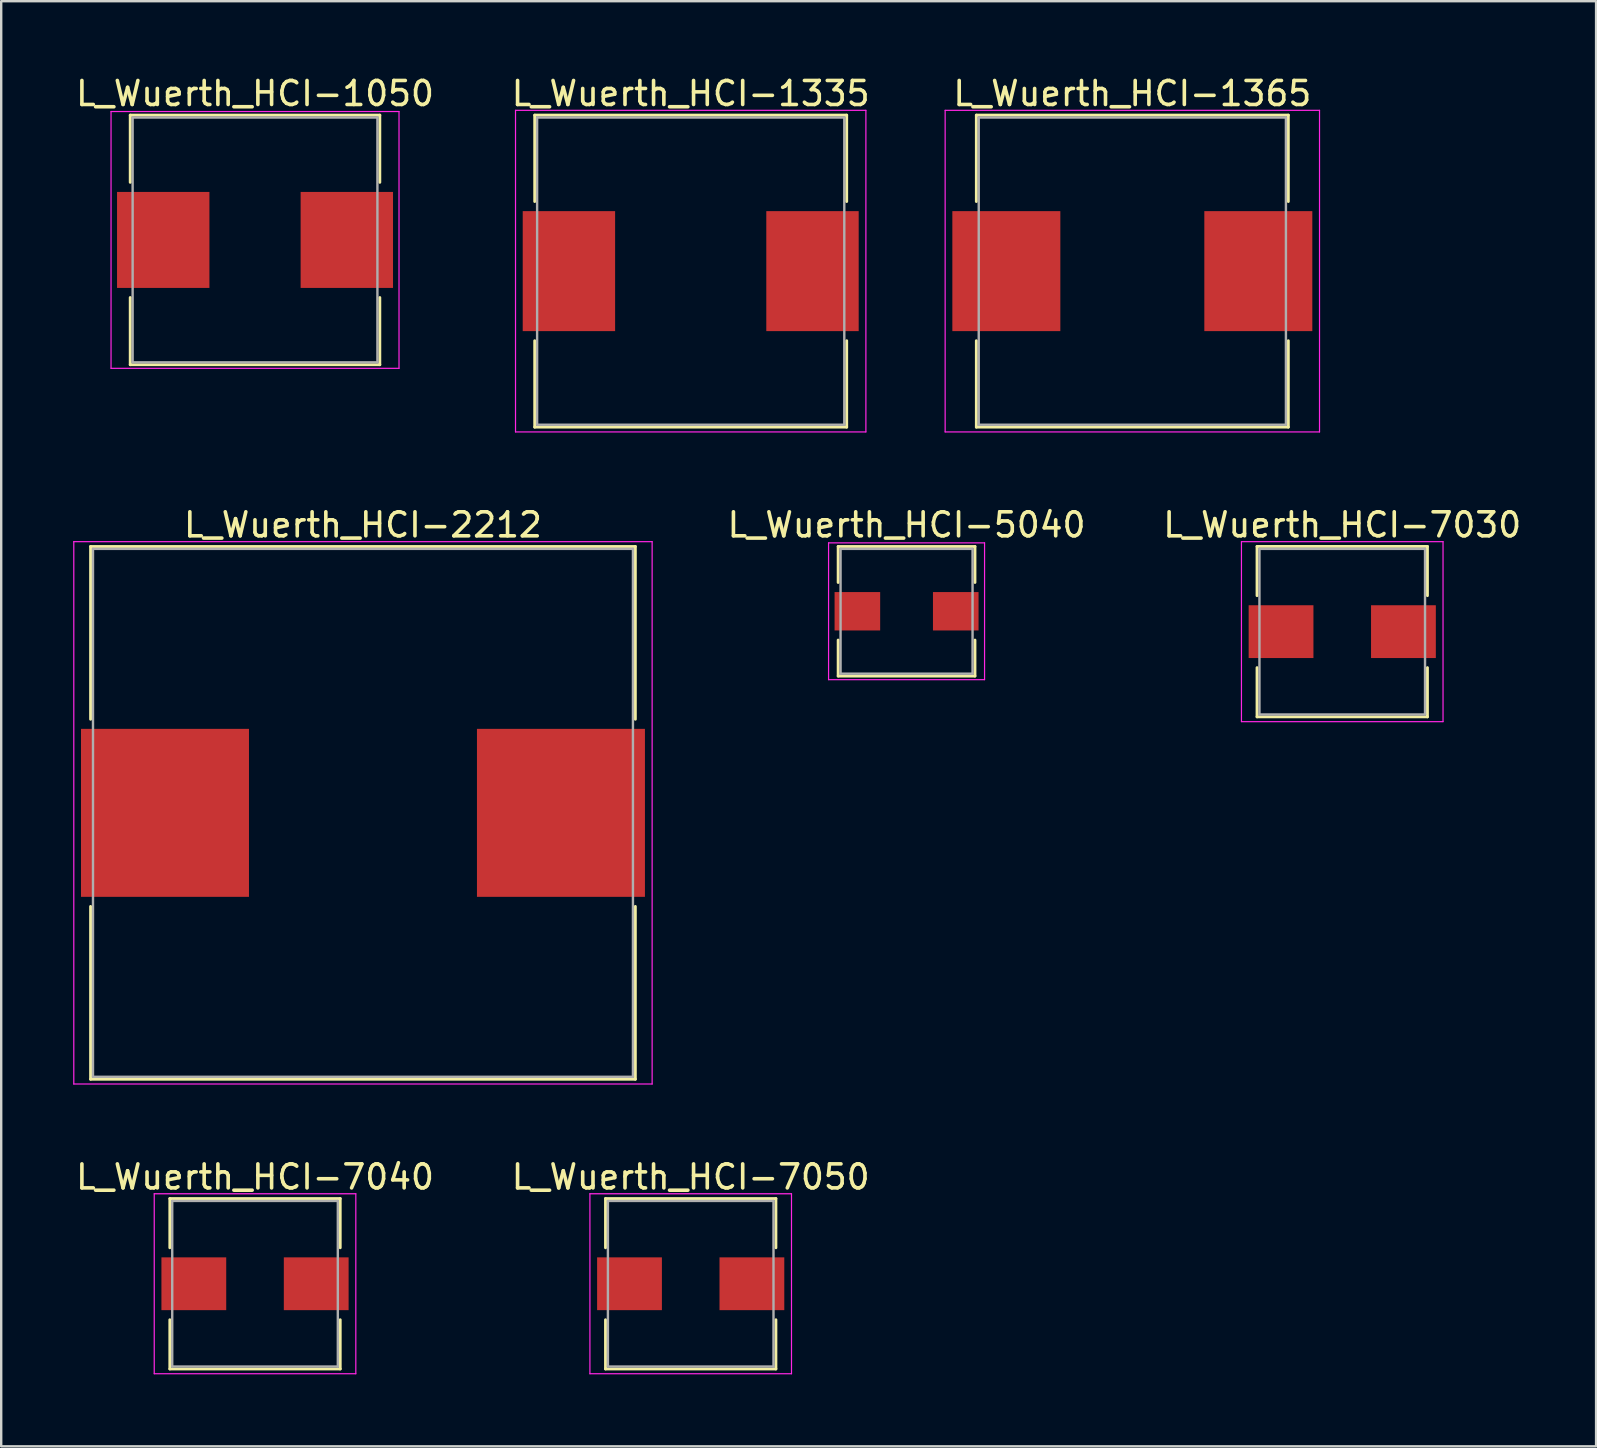
<source format=kicad_pcb>
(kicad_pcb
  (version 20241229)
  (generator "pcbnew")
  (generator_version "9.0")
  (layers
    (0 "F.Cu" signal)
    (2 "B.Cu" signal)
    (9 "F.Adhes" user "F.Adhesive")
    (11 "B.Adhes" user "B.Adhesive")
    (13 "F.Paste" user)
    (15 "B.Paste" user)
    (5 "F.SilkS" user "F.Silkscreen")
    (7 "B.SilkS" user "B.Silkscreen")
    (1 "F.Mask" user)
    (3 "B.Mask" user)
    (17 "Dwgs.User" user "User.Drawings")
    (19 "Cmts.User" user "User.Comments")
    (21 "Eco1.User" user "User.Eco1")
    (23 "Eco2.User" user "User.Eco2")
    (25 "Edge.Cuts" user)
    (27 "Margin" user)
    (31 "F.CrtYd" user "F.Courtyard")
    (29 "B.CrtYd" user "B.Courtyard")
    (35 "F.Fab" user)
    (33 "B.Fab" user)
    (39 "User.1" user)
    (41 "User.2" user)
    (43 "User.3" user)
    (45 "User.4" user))
  (footprint "L_Wuerth_HCI-7040"
    (layer "F.Cu")
    (at 7.577 50.445)
    (property "Reference" "L_Wuerth_HCI-7040" (at 0 -4.45 0) (layer "F.SilkS") (effects (font (size 1 1) (thickness 0.15))))
    (attr smd)
    (fp_line (start -3.55 -3.55) (end 3.55 -3.55) (stroke (width 0.12) (type solid)) (layer "F.SilkS"))
    (fp_line (start -3.55 -1.5) (end -3.55 -3.55) (stroke (width 0.12) (type solid)) (layer "F.SilkS"))
    (fp_line (start -3.55 1.5) (end -3.55 3.55) (stroke (width 0.12) (type solid)) (layer "F.SilkS"))
    (fp_line (start -3.55 3.55) (end 3.55 3.55) (stroke (width 0.12) (type solid)) (layer "F.SilkS"))
    (fp_line (start 3.55 -3.55) (end 3.55 -1.5) (stroke (width 0.12) (type solid)) (layer "F.SilkS"))
    (fp_line (start 3.55 3.55) (end 3.55 1.5) (stroke (width 0.12) (type solid)) (layer "F.SilkS"))
    (fp_line (start -4.2 -3.75) (end -4.2 3.75) (stroke (width 0.05) (type solid)) (layer "F.CrtYd"))
    (fp_line (start -4.2 3.75) (end 4.2 3.75) (stroke (width 0.05) (type solid)) (layer "F.CrtYd"))
    (fp_line (start 4.2 -3.75) (end -4.2 -3.75) (stroke (width 0.05) (type solid)) (layer "F.CrtYd"))
    (fp_line (start 4.2 3.75) (end 4.2 -3.75) (stroke (width 0.05) (type solid)) (layer "F.CrtYd"))
    (fp_line (start -3.45 -3.45) (end -3.45 3.45) (stroke (width 0.1) (type solid)) (layer "F.Fab"))
    (fp_line (start -3.45 3.45) (end 3.45 3.45) (stroke (width 0.1) (type solid)) (layer "F.Fab"))
    (fp_line (start 3.45 -3.45) (end -3.45 -3.45) (stroke (width 0.1) (type solid)) (layer "F.Fab"))
    (fp_line (start 3.45 3.45) (end 3.45 -3.45) (stroke (width 0.1) (type solid)) (layer "F.Fab"))
    (pad "1" smd rect (at -2.55 0) (size 2.7 2.2) (layers "F.Cu" "F.Mask" "F.Paste"))
    (pad "2" smd rect (at 2.55 0) (size 2.7 2.2) (layers "F.Cu" "F.Mask" "F.Paste")))
  (footprint "L_Wuerth_HCI-7030"
    (layer "F.Cu")
    (at 52.882 23.271)
    (property "Reference" "L_Wuerth_HCI-7030" (at 0 -4.45 0) (layer "F.SilkS") (effects (font (size 1 1) (thickness 0.15))))
    (attr smd)
    (fp_line (start -3.55 -3.55) (end 3.55 -3.55) (stroke (width 0.12) (type solid)) (layer "F.SilkS"))
    (fp_line (start -3.55 -1.5) (end -3.55 -3.55) (stroke (width 0.12) (type solid)) (layer "F.SilkS"))
    (fp_line (start -3.55 1.5) (end -3.55 3.55) (stroke (width 0.12) (type solid)) (layer "F.SilkS"))
    (fp_line (start -3.55 3.55) (end 3.55 3.55) (stroke (width 0.12) (type solid)) (layer "F.SilkS"))
    (fp_line (start 3.55 -3.55) (end 3.55 -1.5) (stroke (width 0.12) (type solid)) (layer "F.SilkS"))
    (fp_line (start 3.55 3.55) (end 3.55 1.5) (stroke (width 0.12) (type solid)) (layer "F.SilkS"))
    (fp_line (start -4.2 -3.75) (end -4.2 3.75) (stroke (width 0.05) (type solid)) (layer "F.CrtYd"))
    (fp_line (start -4.2 3.75) (end 4.2 3.75) (stroke (width 0.05) (type solid)) (layer "F.CrtYd"))
    (fp_line (start 4.2 -3.75) (end -4.2 -3.75) (stroke (width 0.05) (type solid)) (layer "F.CrtYd"))
    (fp_line (start 4.2 3.75) (end 4.2 -3.75) (stroke (width 0.05) (type solid)) (layer "F.CrtYd"))
    (fp_line (start -3.45 -3.45) (end -3.45 3.45) (stroke (width 0.1) (type solid)) (layer "F.Fab"))
    (fp_line (start -3.45 3.45) (end 3.45 3.45) (stroke (width 0.1) (type solid)) (layer "F.Fab"))
    (fp_line (start 3.45 -3.45) (end -3.45 -3.45) (stroke (width 0.1) (type solid)) (layer "F.Fab"))
    (fp_line (start 3.45 3.45) (end 3.45 -3.45) (stroke (width 0.1) (type solid)) (layer "F.Fab"))
    (pad "1" smd rect (at -2.55 0) (size 2.7 2.2) (layers "F.Cu" "F.Mask" "F.Paste"))
    (pad "2" smd rect (at 2.55 0) (size 2.7 2.2) (layers "F.Cu" "F.Mask" "F.Paste")))
  (footprint "L_Wuerth_HCI-1335"
    (layer "F.Cu")
    (at 25.732 8.248)
    (property "Reference" "L_Wuerth_HCI-1335" (at 0 -7.4 0) (layer "F.SilkS") (effects (font (size 1 1) (thickness 0.15))))
    (attr smd)
    (fp_line (start -6.5 -6.5) (end 6.5 -6.5) (stroke (width 0.12) (type solid)) (layer "F.SilkS"))
    (fp_line (start -6.5 -2.9) (end -6.5 -6.5) (stroke (width 0.12) (type solid)) (layer "F.SilkS"))
    (fp_line (start -6.5 2.9) (end -6.5 6.5) (stroke (width 0.12) (type solid)) (layer "F.SilkS"))
    (fp_line (start -6.5 6.5) (end 6.5 6.5) (stroke (width 0.12) (type solid)) (layer "F.SilkS"))
    (fp_line (start 6.5 -6.5) (end 6.5 -2.9) (stroke (width 0.12) (type solid)) (layer "F.SilkS"))
    (fp_line (start 6.5 6.5) (end 6.5 2.9) (stroke (width 0.12) (type solid)) (layer "F.SilkS"))
    (fp_line (start -7.3 -6.7) (end -7.3 6.7) (stroke (width 0.05) (type solid)) (layer "F.CrtYd"))
    (fp_line (start -7.3 6.7) (end 7.3 6.7) (stroke (width 0.05) (type solid)) (layer "F.CrtYd"))
    (fp_line (start 7.3 -6.7) (end -7.3 -6.7) (stroke (width 0.05) (type solid)) (layer "F.CrtYd"))
    (fp_line (start 7.3 6.7) (end 7.3 -6.7) (stroke (width 0.05) (type solid)) (layer "F.CrtYd"))
    (fp_line (start -6.4 -6.4) (end -6.4 6.4) (stroke (width 0.1) (type solid)) (layer "F.Fab"))
    (fp_line (start -6.4 6.4) (end 6.4 6.4) (stroke (width 0.1) (type solid)) (layer "F.Fab"))
    (fp_line (start 6.4 -6.4) (end -6.4 -6.4) (stroke (width 0.1) (type solid)) (layer "F.Fab"))
    (fp_line (start 6.4 6.4) (end 6.4 -6.4) (stroke (width 0.1) (type solid)) (layer "F.Fab"))
    (pad "1" smd rect (at -5.075 0) (size 3.85 5) (layers "F.Cu" "F.Mask" "F.Paste"))
    (pad "2" smd rect (at 5.075 0) (size 3.85 5) (layers "F.Cu" "F.Mask" "F.Paste")))
  (footprint "L_Wuerth_HCI-7050"
    (layer "F.Cu")
    (at 25.732 50.445)
    (property "Reference" "L_Wuerth_HCI-7050" (at 0 -4.45 0) (layer "F.SilkS") (effects (font (size 1 1) (thickness 0.15))))
    (attr smd)
    (fp_line (start -3.55 -3.55) (end 3.55 -3.55) (stroke (width 0.12) (type solid)) (layer "F.SilkS"))
    (fp_line (start -3.55 -1.5) (end -3.55 -3.55) (stroke (width 0.12) (type solid)) (layer "F.SilkS"))
    (fp_line (start -3.55 1.5) (end -3.55 3.55) (stroke (width 0.12) (type solid)) (layer "F.SilkS"))
    (fp_line (start -3.55 3.55) (end 3.55 3.55) (stroke (width 0.12) (type solid)) (layer "F.SilkS"))
    (fp_line (start 3.55 -3.55) (end 3.55 -1.5) (stroke (width 0.12) (type solid)) (layer "F.SilkS"))
    (fp_line (start 3.55 3.55) (end 3.55 1.5) (stroke (width 0.12) (type solid)) (layer "F.SilkS"))
    (fp_line (start -4.2 -3.75) (end -4.2 3.75) (stroke (width 0.05) (type solid)) (layer "F.CrtYd"))
    (fp_line (start -4.2 3.75) (end 4.2 3.75) (stroke (width 0.05) (type solid)) (layer "F.CrtYd"))
    (fp_line (start 4.2 -3.75) (end -4.2 -3.75) (stroke (width 0.05) (type solid)) (layer "F.CrtYd"))
    (fp_line (start 4.2 3.75) (end 4.2 -3.75) (stroke (width 0.05) (type solid)) (layer "F.CrtYd"))
    (fp_line (start -3.45 -3.45) (end -3.45 3.45) (stroke (width 0.1) (type solid)) (layer "F.Fab"))
    (fp_line (start -3.45 3.45) (end 3.45 3.45) (stroke (width 0.1) (type solid)) (layer "F.Fab"))
    (fp_line (start 3.45 -3.45) (end -3.45 -3.45) (stroke (width 0.1) (type solid)) (layer "F.Fab"))
    (fp_line (start 3.45 3.45) (end 3.45 -3.45) (stroke (width 0.1) (type solid)) (layer "F.Fab"))
    (pad "1" smd rect (at -2.55 0) (size 2.7 2.2) (layers "F.Cu" "F.Mask" "F.Paste"))
    (pad "2" smd rect (at 2.55 0) (size 2.7 2.2) (layers "F.Cu" "F.Mask" "F.Paste")))
  (footprint "L_Wuerth_HCI-1365"
    (layer "F.Cu")
    (at 44.135 8.248)
    (property "Reference" "L_Wuerth_HCI-1365" (at 0 -7.4 0) (layer "F.SilkS") (effects (font (size 1 1) (thickness 0.15))))
    (attr smd)
    (fp_line (start -6.5 -6.5) (end 6.5 -6.5) (stroke (width 0.12) (type solid)) (layer "F.SilkS"))
    (fp_line (start -6.5 -2.9) (end -6.5 -6.5) (stroke (width 0.12) (type solid)) (layer "F.SilkS"))
    (fp_line (start -6.5 2.9) (end -6.5 6.5) (stroke (width 0.12) (type solid)) (layer "F.SilkS"))
    (fp_line (start -6.5 6.5) (end 6.5 6.5) (stroke (width 0.12) (type solid)) (layer "F.SilkS"))
    (fp_line (start 6.5 -6.5) (end 6.5 -2.9) (stroke (width 0.12) (type solid)) (layer "F.SilkS"))
    (fp_line (start 6.5 6.5) (end 6.5 2.9) (stroke (width 0.12) (type solid)) (layer "F.SilkS"))
    (fp_line (start -7.8 -6.7) (end -7.8 6.7) (stroke (width 0.05) (type solid)) (layer "F.CrtYd"))
    (fp_line (start -7.8 6.7) (end 7.8 6.7) (stroke (width 0.05) (type solid)) (layer "F.CrtYd"))
    (fp_line (start 7.8 -6.7) (end -7.8 -6.7) (stroke (width 0.05) (type solid)) (layer "F.CrtYd"))
    (fp_line (start 7.8 6.7) (end 7.8 -6.7) (stroke (width 0.05) (type solid)) (layer "F.CrtYd"))
    (fp_line (start -6.4 -6.4) (end -6.4 6.4) (stroke (width 0.1) (type solid)) (layer "F.Fab"))
    (fp_line (start -6.4 6.4) (end 6.4 6.4) (stroke (width 0.1) (type solid)) (layer "F.Fab"))
    (fp_line (start 6.4 -6.4) (end -6.4 -6.4) (stroke (width 0.1) (type solid)) (layer "F.Fab"))
    (fp_line (start 6.4 6.4) (end 6.4 -6.4) (stroke (width 0.1) (type solid)) (layer "F.Fab"))
    (pad "1" smd rect (at -5.25 0) (size 4.5 5) (layers "F.Cu" "F.Mask" "F.Paste"))
    (pad "2" smd rect (at 5.25 0) (size 4.5 5) (layers "F.Cu" "F.Mask" "F.Paste")))
  (footprint "L_Wuerth_HCI-1050"
    (layer "F.Cu")
    (at 7.577 6.948)
    (property "Reference" "L_Wuerth_HCI-1050" (at 0 -6.1 0) (layer "F.SilkS") (effects (font (size 1 1) (thickness 0.15))))
    (attr smd)
    (fp_line (start -5.2 -5.2) (end 5.2 -5.2) (stroke (width 0.12) (type solid)) (layer "F.SilkS"))
    (fp_line (start -5.2 -2.4) (end -5.2 -5.2) (stroke (width 0.12) (type solid)) (layer "F.SilkS"))
    (fp_line (start -5.2 2.4) (end -5.2 5.2) (stroke (width 0.12) (type solid)) (layer "F.SilkS"))
    (fp_line (start -5.2 5.2) (end 5.2 5.2) (stroke (width 0.12) (type solid)) (layer "F.SilkS"))
    (fp_line (start 5.2 -5.2) (end 5.2 -2.4) (stroke (width 0.12) (type solid)) (layer "F.SilkS"))
    (fp_line (start 5.2 5.2) (end 5.2 2.4) (stroke (width 0.12) (type solid)) (layer "F.SilkS"))
    (fp_line (start -6 -5.35) (end -6 5.35) (stroke (width 0.05) (type solid)) (layer "F.CrtYd"))
    (fp_line (start -6 5.35) (end 6 5.35) (stroke (width 0.05) (type solid)) (layer "F.CrtYd"))
    (fp_line (start 6 -5.35) (end -6 -5.35) (stroke (width 0.05) (type solid)) (layer "F.CrtYd"))
    (fp_line (start 6 5.35) (end 6 -5.35) (stroke (width 0.05) (type solid)) (layer "F.CrtYd"))
    (fp_line (start -5.1 -5.1) (end -5.1 5.1) (stroke (width 0.1) (type solid)) (layer "F.Fab"))
    (fp_line (start -5.1 5.1) (end 5.1 5.1) (stroke (width 0.1) (type solid)) (layer "F.Fab"))
    (fp_line (start 5.1 -5.1) (end -5.1 -5.1) (stroke (width 0.1) (type solid)) (layer "F.Fab"))
    (fp_line (start 5.1 5.1) (end 5.1 -5.1) (stroke (width 0.1) (type solid)) (layer "F.Fab"))
    (pad "1" smd rect (at -3.825 0) (size 3.85 4) (layers "F.Cu" "F.Mask" "F.Paste"))
    (pad "2" smd rect (at 3.825 0) (size 3.85 4) (layers "F.Cu" "F.Mask" "F.Paste")))
  (footprint "L_Wuerth_HCI-5040"
    (layer "F.Cu")
    (at 34.727 22.422)
    (property "Reference" "L_Wuerth_HCI-5040" (at 0 -3.6 0) (layer "F.SilkS") (effects (font (size 1 1) (thickness 0.15))))
    (attr smd)
    (fp_line (start -2.85 -2.7) (end 2.85 -2.7) (stroke (width 0.12) (type solid)) (layer "F.SilkS"))
    (fp_line (start -2.85 -1.2) (end -2.85 -2.7) (stroke (width 0.12) (type solid)) (layer "F.SilkS"))
    (fp_line (start -2.85 1.2) (end -2.85 2.7) (stroke (width 0.12) (type solid)) (layer "F.SilkS"))
    (fp_line (start -2.85 2.7) (end 2.85 2.7) (stroke (width 0.12) (type solid)) (layer "F.SilkS"))
    (fp_line (start 2.85 -2.7) (end 2.85 -1.2) (stroke (width 0.12) (type solid)) (layer "F.SilkS"))
    (fp_line (start 2.85 2.7) (end 2.85 1.2) (stroke (width 0.12) (type solid)) (layer "F.SilkS"))
    (fp_line (start -3.25 -2.85) (end -3.25 2.85) (stroke (width 0.05) (type solid)) (layer "F.CrtYd"))
    (fp_line (start -3.25 2.85) (end 3.25 2.85) (stroke (width 0.05) (type solid)) (layer "F.CrtYd"))
    (fp_line (start 3.25 -2.85) (end -3.25 -2.85) (stroke (width 0.05) (type solid)) (layer "F.CrtYd"))
    (fp_line (start 3.25 2.85) (end 3.25 -2.85) (stroke (width 0.05) (type solid)) (layer "F.CrtYd"))
    (fp_line (start -2.75 -2.6) (end -2.75 2.6) (stroke (width 0.1) (type solid)) (layer "F.Fab"))
    (fp_line (start -2.75 2.6) (end 2.75 2.6) (stroke (width 0.1) (type solid)) (layer "F.Fab"))
    (fp_line (start 2.75 -2.6) (end -2.75 -2.6) (stroke (width 0.1) (type solid)) (layer "F.Fab"))
    (fp_line (start 2.75 2.6) (end 2.75 -2.6) (stroke (width 0.1) (type solid)) (layer "F.Fab"))
    (pad "1" smd rect (at -2.05 0) (size 1.9 1.6) (layers "F.Cu" "F.Mask" "F.Paste"))
    (pad "2" smd rect (at 2.05 0) (size 1.9 1.6) (layers "F.Cu" "F.Mask" "F.Paste")))
  (footprint "L_Wuerth_HCI-2212"
    (layer "F.Cu")
    (at 12.075 30.822)
    (property "Reference" "L_Wuerth_HCI-2212" (at 0 -12 0) (layer "F.SilkS") (effects (font (size 1 1) (thickness 0.15))))
    (attr smd)
    (fp_line (start -11.35 -11.1) (end 11.35 -11.1) (stroke (width 0.12) (type solid)) (layer "F.SilkS"))
    (fp_line (start -11.35 -3.9) (end -11.35 -11.1) (stroke (width 0.12) (type solid)) (layer "F.SilkS"))
    (fp_line (start -11.35 3.9) (end -11.35 11.1) (stroke (width 0.12) (type solid)) (layer "F.SilkS"))
    (fp_line (start -11.35 11.1) (end 11.35 11.1) (stroke (width 0.12) (type solid)) (layer "F.SilkS"))
    (fp_line (start 11.35 -11.1) (end 11.35 -3.9) (stroke (width 0.12) (type solid)) (layer "F.SilkS"))
    (fp_line (start 11.35 11.1) (end 11.35 3.9) (stroke (width 0.12) (type solid)) (layer "F.SilkS"))
    (fp_line (start -12.05 -11.3) (end -12.05 11.3) (stroke (width 0.05) (type solid)) (layer "F.CrtYd"))
    (fp_line (start -12.05 11.3) (end 12.05 11.3) (stroke (width 0.05) (type solid)) (layer "F.CrtYd"))
    (fp_line (start 12.05 -11.3) (end -12.05 -11.3) (stroke (width 0.05) (type solid)) (layer "F.CrtYd"))
    (fp_line (start 12.05 11.3) (end 12.05 -11.3) (stroke (width 0.05) (type solid)) (layer "F.CrtYd"))
    (fp_line (start -11.25 -11) (end -11.25 11) (stroke (width 0.1) (type solid)) (layer "F.Fab"))
    (fp_line (start -11.25 11) (end 11.25 11) (stroke (width 0.1) (type solid)) (layer "F.Fab"))
    (fp_line (start 11.25 -11) (end -11.25 -11) (stroke (width 0.1) (type solid)) (layer "F.Fab"))
    (fp_line (start 11.25 11) (end 11.25 -11) (stroke (width 0.1) (type solid)) (layer "F.Fab"))
    (pad "1" smd rect (at -8.25 0) (size 7 7) (layers "F.Cu" "F.Mask" "F.Paste"))
    (pad "2" smd rect (at 8.25 0) (size 7 7) (layers "F.Cu" "F.Mask" "F.Paste")))
  (gr_rect
    (start -3 -3)
    (end 63.46 57.22)
    (stroke (width 0.1) (type default))
    (fill no)
    (layer "Edge.Cuts")))
</source>
